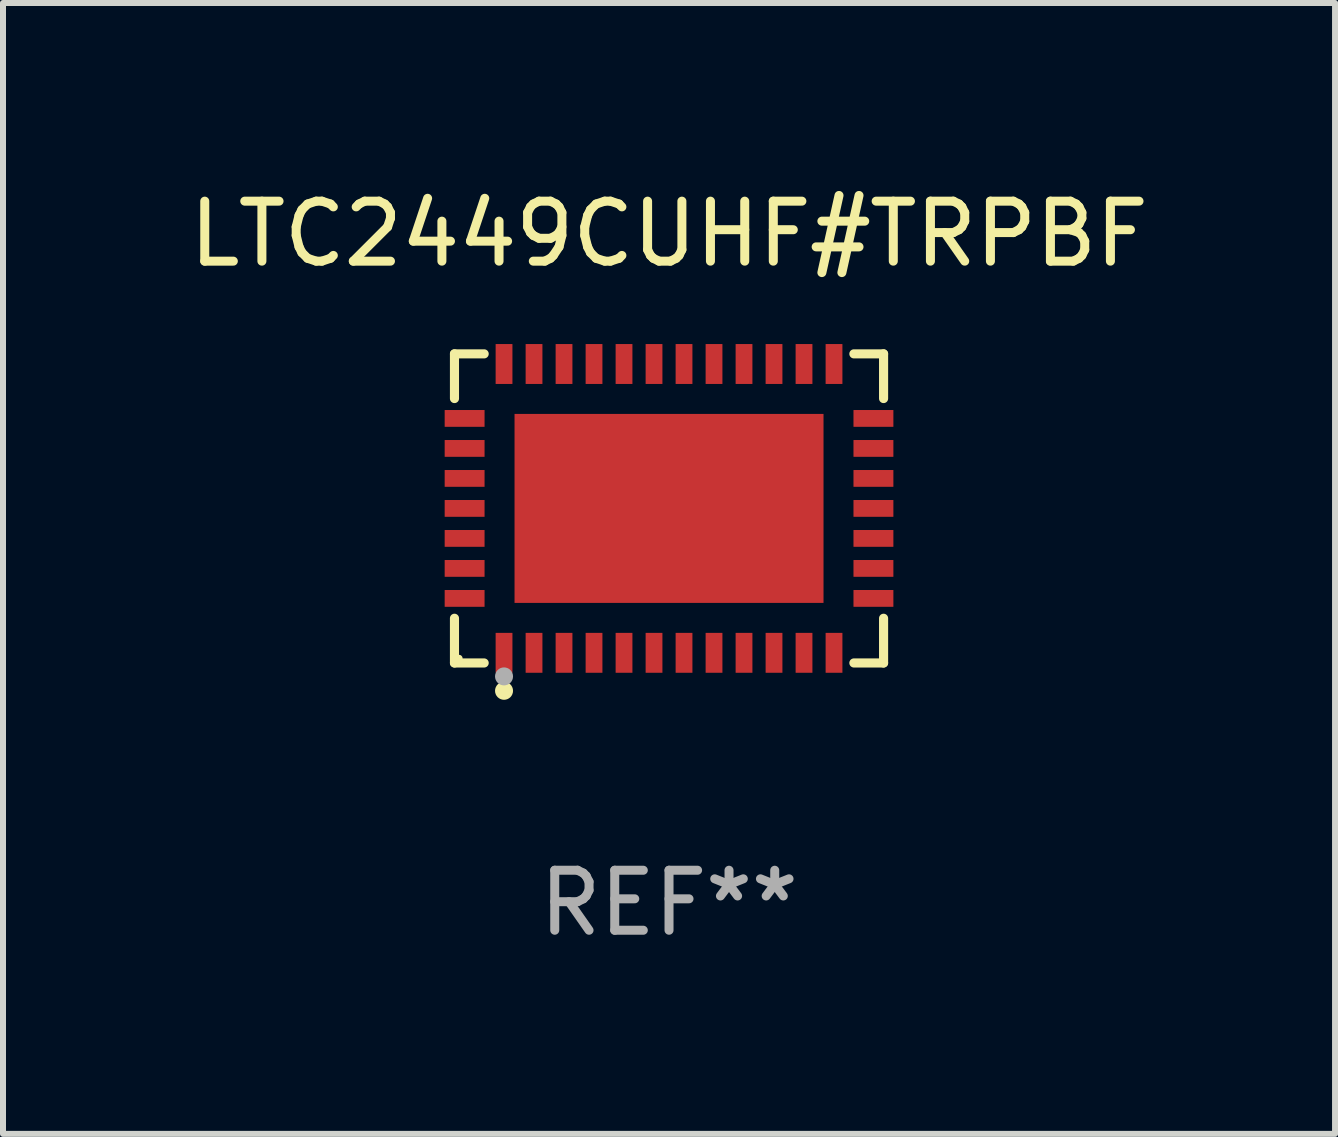
<source format=kicad_pcb>
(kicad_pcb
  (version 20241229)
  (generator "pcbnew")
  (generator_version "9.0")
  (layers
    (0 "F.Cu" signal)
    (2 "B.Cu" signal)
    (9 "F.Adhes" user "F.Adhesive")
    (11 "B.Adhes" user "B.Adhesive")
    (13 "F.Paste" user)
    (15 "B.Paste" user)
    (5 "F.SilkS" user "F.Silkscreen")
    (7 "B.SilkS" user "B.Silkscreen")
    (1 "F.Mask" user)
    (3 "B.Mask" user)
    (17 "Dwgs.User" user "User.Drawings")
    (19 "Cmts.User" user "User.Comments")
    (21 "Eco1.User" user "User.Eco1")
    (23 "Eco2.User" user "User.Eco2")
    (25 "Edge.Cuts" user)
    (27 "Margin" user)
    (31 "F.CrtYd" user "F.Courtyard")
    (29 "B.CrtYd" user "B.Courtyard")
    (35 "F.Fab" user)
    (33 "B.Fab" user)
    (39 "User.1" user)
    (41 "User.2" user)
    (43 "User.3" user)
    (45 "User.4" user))
  (footprint "LTC2449CUHF#TRPBF"
    (layer "F.Cu")
    (at 8.101 5.424)
    (property "Reference" "LTC2449CUHF#TRPBF" (at 0 -4.576 0) (layer "F.SilkS") (effects (font (size 1 1) (thickness 0.15))))
    (attr through_hole)
    (fp_line (start -3.576 -2.576) (end -3.081 -2.576) (stroke (width 0.152) (type solid)) (layer "F.SilkS"))
    (fp_line (start -3.576 -1.831) (end -3.576 -2.576) (stroke (width 0.152) (type solid)) (layer "F.SilkS"))
    (fp_line (start -3.576 1.831) (end -3.576 2.576) (stroke (width 0.152) (type solid)) (layer "F.SilkS"))
    (fp_line (start -3.576 2.576) (end -3.081 2.576) (stroke (width 0.152) (type solid)) (layer "F.SilkS"))
    (fp_line (start 3.576 -2.576) (end 3.081 -2.576) (stroke (width 0.152) (type solid)) (layer "F.SilkS"))
    (fp_line (start 3.576 -1.831) (end 3.576 -2.576) (stroke (width 0.152) (type solid)) (layer "F.SilkS"))
    (fp_line (start 3.576 1.831) (end 3.576 2.576) (stroke (width 0.152) (type solid)) (layer "F.SilkS"))
    (fp_line (start 3.576 2.576) (end 3.081 2.576) (stroke (width 0.152) (type solid)) (layer "F.SilkS"))
    (fp_circle (center -3.5 2.5) (end -3.47 2.5) (stroke (width 0.06) (type solid)) (fill no) (layer "F.SilkS"))
    (fp_circle (center -2.75 3.04) (end -2.675 3.04) (stroke (width 0.15) (type solid)) (fill no) (layer "F.SilkS"))
    (fp_circle (center -2.75 2.8) (end -2.675 2.8) (stroke (width 0.15) (type solid)) (fill no) (layer "F.Fab"))
    (fp_text user "REF**" (at 0 6.576 0) (layer "F.Fab") (effects (font (size 1 1) (thickness 0.15))))
    (pad "1" smd rect (at -2.75 2.407) (size 0.28 0.665) (layers "F.Cu" "F.Mask" "F.Paste"))
    (pad "2" smd rect (at -2.25 2.407) (size 0.28 0.665) (layers "F.Cu" "F.Mask" "F.Paste"))
    (pad "3" smd rect (at -1.75 2.407) (size 0.28 0.665) (layers "F.Cu" "F.Mask" "F.Paste"))
    (pad "4" smd rect (at -1.25 2.407) (size 0.28 0.665) (layers "F.Cu" "F.Mask" "F.Paste"))
    (pad "5" smd rect (at -0.75 2.407) (size 0.28 0.665) (layers "F.Cu" "F.Mask" "F.Paste"))
    (pad "6" smd rect (at -0.25 2.407) (size 0.28 0.665) (layers "F.Cu" "F.Mask" "F.Paste"))
    (pad "7" smd rect (at 0.25 2.407) (size 0.28 0.665) (layers "F.Cu" "F.Mask" "F.Paste"))
    (pad "8" smd rect (at 0.75 2.407) (size 0.28 0.665) (layers "F.Cu" "F.Mask" "F.Paste"))
    (pad "9" smd rect (at 1.25 2.407) (size 0.28 0.665) (layers "F.Cu" "F.Mask" "F.Paste"))
    (pad "10" smd rect (at 1.75 2.407) (size 0.28 0.665) (layers "F.Cu" "F.Mask" "F.Paste"))
    (pad "11" smd rect (at 2.25 2.407) (size 0.28 0.665) (layers "F.Cu" "F.Mask" "F.Paste"))
    (pad "12" smd rect (at 2.75 2.407) (size 0.28 0.665) (layers "F.Cu" "F.Mask" "F.Paste"))
    (pad "13" smd rect (at 3.407 1.5) (size 0.665 0.28) (layers "F.Cu" "F.Mask" "F.Paste"))
    (pad "14" smd rect (at 3.407 1) (size 0.665 0.28) (layers "F.Cu" "F.Mask" "F.Paste"))
    (pad "15" smd rect (at 3.407 0.5) (size 0.665 0.28) (layers "F.Cu" "F.Mask" "F.Paste"))
    (pad "16" smd rect (at 3.407 0) (size 0.665 0.28) (layers "F.Cu" "F.Mask" "F.Paste"))
    (pad "17" smd rect (at 3.407 -0.5) (size 0.665 0.28) (layers "F.Cu" "F.Mask" "F.Paste"))
    (pad "18" smd rect (at 3.407 -1) (size 0.665 0.28) (layers "F.Cu" "F.Mask" "F.Paste"))
    (pad "19" smd rect (at 3.407 -1.5) (size 0.665 0.28) (layers "F.Cu" "F.Mask" "F.Paste"))
    (pad "20" smd rect (at 2.75 -2.407) (size 0.28 0.665) (layers "F.Cu" "F.Mask" "F.Paste"))
    (pad "21" smd rect (at 2.25 -2.407) (size 0.28 0.665) (layers "F.Cu" "F.Mask" "F.Paste"))
    (pad "22" smd rect (at 1.75 -2.407) (size 0.28 0.665) (layers "F.Cu" "F.Mask" "F.Paste"))
    (pad "23" smd rect (at 1.25 -2.407) (size 0.28 0.665) (layers "F.Cu" "F.Mask" "F.Paste"))
    (pad "24" smd rect (at 0.75 -2.407) (size 0.28 0.665) (layers "F.Cu" "F.Mask" "F.Paste"))
    (pad "25" smd rect (at 0.25 -2.407) (size 0.28 0.665) (layers "F.Cu" "F.Mask" "F.Paste"))
    (pad "26" smd rect (at -0.25 -2.407) (size 0.28 0.665) (layers "F.Cu" "F.Mask" "F.Paste"))
    (pad "27" smd rect (at -0.75 -2.407) (size 0.28 0.665) (layers "F.Cu" "F.Mask" "F.Paste"))
    (pad "28" smd rect (at -1.25 -2.407) (size 0.28 0.665) (layers "F.Cu" "F.Mask" "F.Paste"))
    (pad "29" smd rect (at -1.75 -2.407) (size 0.28 0.665) (layers "F.Cu" "F.Mask" "F.Paste"))
    (pad "30" smd rect (at -2.25 -2.407) (size 0.28 0.665) (layers "F.Cu" "F.Mask" "F.Paste"))
    (pad "31" smd rect (at -2.75 -2.407) (size 0.28 0.665) (layers "F.Cu" "F.Mask" "F.Paste"))
    (pad "32" smd rect (at -3.407 -1.5) (size 0.665 0.28) (layers "F.Cu" "F.Mask" "F.Paste"))
    (pad "33" smd rect (at -3.407 -1) (size 0.665 0.28) (layers "F.Cu" "F.Mask" "F.Paste"))
    (pad "34" smd rect (at -3.407 -0.5) (size 0.665 0.28) (layers "F.Cu" "F.Mask" "F.Paste"))
    (pad "35" smd rect (at -3.407 0) (size 0.665 0.28) (layers "F.Cu" "F.Mask" "F.Paste"))
    (pad "36" smd rect (at -3.407 0.5) (size 0.665 0.28) (layers "F.Cu" "F.Mask" "F.Paste"))
    (pad "37" smd rect (at -3.407 1) (size 0.665 0.28) (layers "F.Cu" "F.Mask" "F.Paste"))
    (pad "38" smd rect (at -3.407 1.5) (size 0.665 0.28) (layers "F.Cu" "F.Mask" "F.Paste"))
    (pad "39" smd rect (at 0 0) (size 5.15 3.15) (layers "F.Cu" "F.Mask" "F.Paste")))
  (gr_rect
    (start -3 -3)
    (end 19.202 15.849)
    (stroke (width 0.1) (type default))
    (fill no)
    (layer "Edge.Cuts")))
</source>
